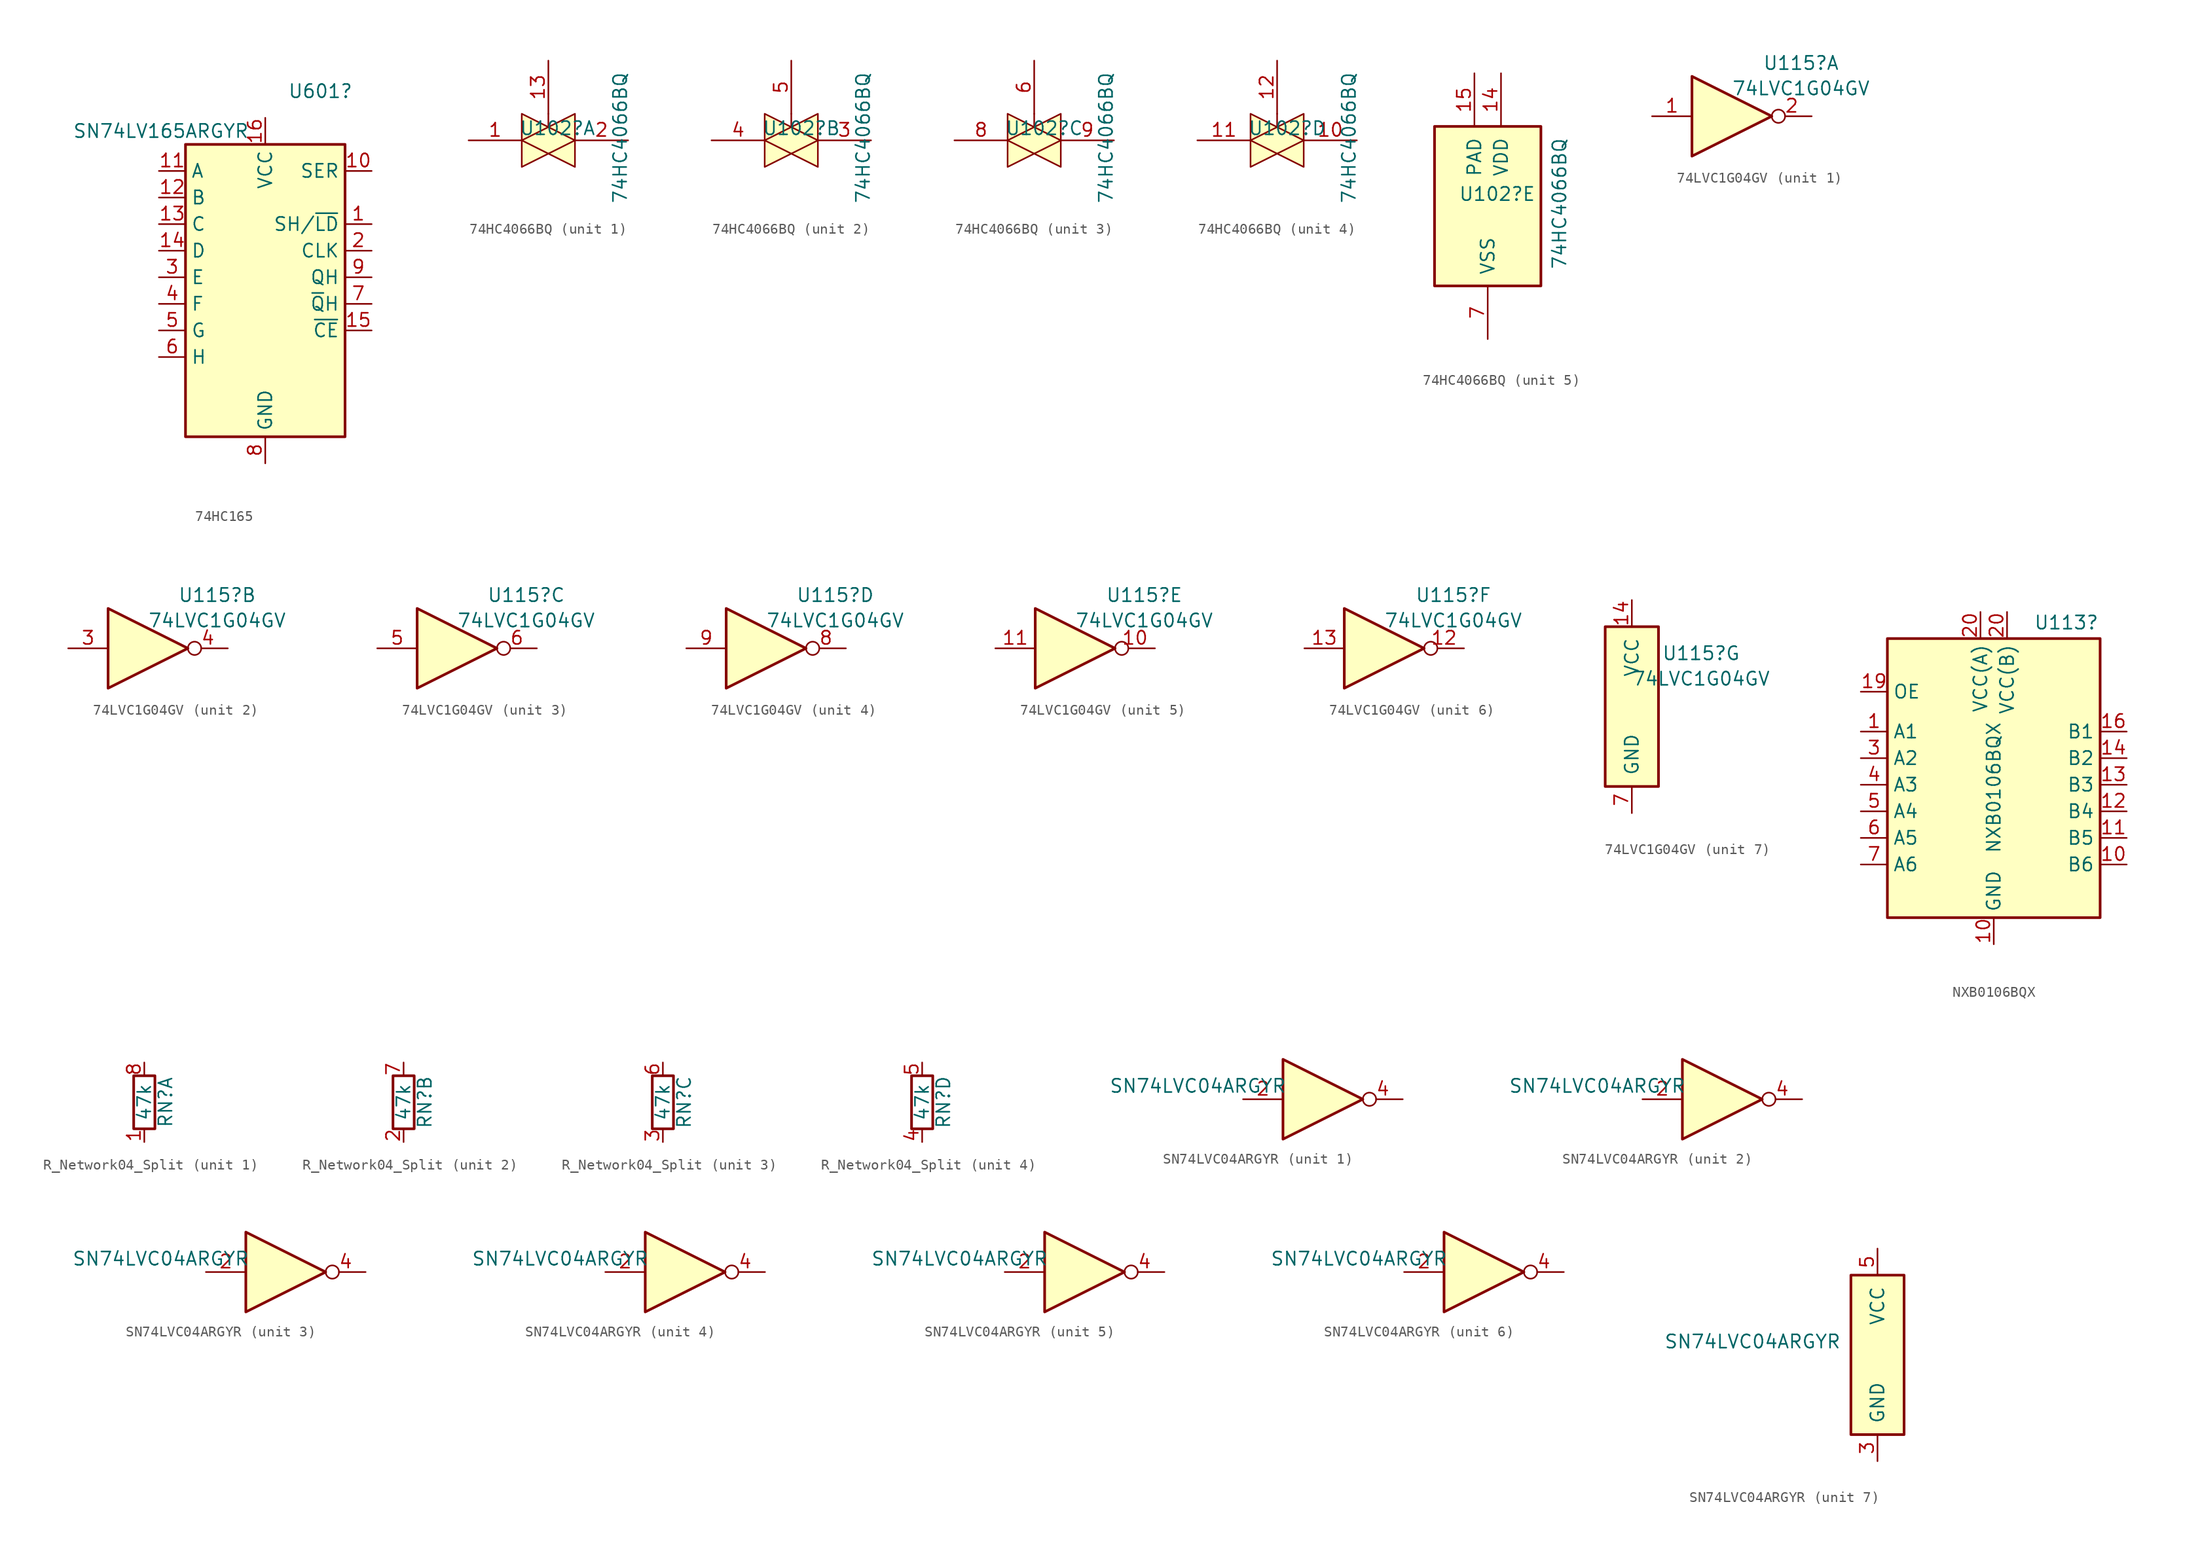
<source format=kicad_sym>
(kicad_symbol_lib
  (version 20241209)
  (generator "kicad_symbol_editor")
  (generator_version "9.0")
  (symbol "74HC165"
    (property "Reference" "U601"
      (at 2.143 22.86 0)
      (effects (font (size 1.27 1.27)) (justify left)))
    (property "Value" "SN74LV165ARGYR"
      (at -1.524 19.05 0)
      (effects (font (size 1.27 1.27)) (justify right)))
    (symbol "74HC165_1_0"
      (pin input line (at -10.16 15.24 0) (length 2.54) (name "A" (effects (font (size 1.27 1.27)))) (number "11" (effects (font (size 1.27 1.27)))))
      (pin input line (at -10.16 12.7 0) (length 2.54) (name "B" (effects (font (size 1.27 1.27)))) (number "12" (effects (font (size 1.27 1.27)))))
      (pin input line (at -10.16 10.16 0) (length 2.54) (name "C" (effects (font (size 1.27 1.27)))) (number "13" (effects (font (size 1.27 1.27)))))
      (pin input line (at -10.16 7.62 0) (length 2.54) (name "D" (effects (font (size 1.27 1.27)))) (number "14" (effects (font (size 1.27 1.27)))))
      (pin input line (at -10.16 5.08 0) (length 2.54) (name "E" (effects (font (size 1.27 1.27)))) (number "3" (effects (font (size 1.27 1.27)))))
      (pin input line (at -10.16 2.54 0) (length 2.54) (name "F" (effects (font (size 1.27 1.27)))) (number "4" (effects (font (size 1.27 1.27)))))
      (pin input line (at -10.16 0 0) (length 2.54) (name "G" (effects (font (size 1.27 1.27)))) (number "5" (effects (font (size 1.27 1.27)))))
      (pin input line (at -10.16 -2.54 0) (length 2.54) (name "H" (effects (font (size 1.27 1.27)))) (number "6" (effects (font (size 1.27 1.27)))))
      (pin power_in line (at 0 20.32 270) (length 2.54) (name "VCC" (effects (font (size 1.27 1.27)))) (number "16" (effects (font (size 1.27 1.27)))))
      (pin power_in line (at 0 -12.7 90) (length 2.54) (name "GND" (effects (font (size 1.27 1.27)))) (number "8" (effects (font (size 1.27 1.27)))))
      (pin input line (at 10.16 15.24 180) (length 2.54) (name "SER" (effects (font (size 1.27 1.27)))) (number "10" (effects (font (size 1.27 1.27)))))
      (pin input line (at 10.16 10.16 180) (length 2.54) (name "SH/~{LD}" (effects (font (size 1.27 1.27)))) (number "1" (effects (font (size 1.27 1.27)))))
      (pin input line (at 10.16 7.62 180) (length 2.54) (name "CLK" (effects (font (size 1.27 1.27)))) (number "2" (effects (font (size 1.27 1.27)))))
      (pin output line (at 10.16 5.08 180) (length 2.54) (name "QH" (effects (font (size 1.27 1.27)))) (number "9" (effects (font (size 1.27 1.27)))))
      (pin output line (at 10.16 2.54 180) (length 2.54) (name "~{Q}H" (effects (font (size 1.27 1.27)))) (number "7" (effects (font (size 1.27 1.27)))))
      (pin input line (at 10.16 0 180) (length 2.54) (name "~{CE}" (effects (font (size 1.27 1.27)))) (number "15" (effects (font (size 1.27 1.27))))))
    (symbol "74HC165_1_1"
      (rectangle (start -7.62 17.78) (end 7.62 -10.16) (stroke (width 0.254) (type default)) (fill (type background)))))
  (symbol "74HC4066BQ"
    (pin_names
      (offset 1.016))
    (property "Reference" "U102"
      (at -2.794 1.154 0)
      (effects (font (size 1.27 1.27)) (justify left)))
    (property "Value" "74HC4066BQ"
      (at 6.858 -6.096 90)
      (effects (font (size 1.27 1.27)) (justify left)))
    (property "ki_locked" ""
      (at 0 0 0)
      (effects (font (size 1.27 1.27))))
    (symbol "74HC4066BQ_1_0"
      (polyline (pts (xy -2.54 2.54) (xy 2.54 0) (xy -2.54 -2.54) (xy -2.54 2.54)) (stroke (width 0) (type default)) (fill (type background)))
      (polyline (pts (xy -2.54 0) (xy 2.54 2.54) (xy 2.54 -2.54) (xy -2.54 0)) (stroke (width 0) (type default)) (fill (type background)))
      (polyline (pts (xy 0 1.27) (xy 0 2.54)) (stroke (width 0.152) (type default)) (fill (type none)))
      (pin passive line (at -7.62 0 0) (length 5.08) (name "~" (effects (font (size 1.27 1.27)))) (number "1" (effects (font (size 1.27 1.27)))))
      (pin input line (at 0 7.62 270) (length 5.08) (name "~" (effects (font (size 1.27 1.27)))) (number "13" (effects (font (size 1.27 1.27)))))
      (pin passive line (at 7.62 0 180) (length 5.08) (name "~" (effects (font (size 1.27 1.27)))) (number "2" (effects (font (size 1.27 1.27))))))
    (symbol "74HC4066BQ_2_0"
      (polyline (pts (xy -2.54 2.54) (xy 2.54 0) (xy -2.54 -2.54) (xy -2.54 2.54)) (stroke (width 0) (type default)) (fill (type background)))
      (polyline (pts (xy -2.54 0) (xy 2.54 2.54) (xy 2.54 -2.54) (xy -2.54 0)) (stroke (width 0) (type default)) (fill (type background)))
      (polyline (pts (xy 0 1.27) (xy 0 2.54)) (stroke (width 0.152) (type default)) (fill (type none)))
      (pin passive line (at -7.62 0 0) (length 5.08) (name "~" (effects (font (size 1.27 1.27)))) (number "4" (effects (font (size 1.27 1.27)))))
      (pin input line (at 0 7.62 270) (length 5.08) (name "~" (effects (font (size 1.27 1.27)))) (number "5" (effects (font (size 1.27 1.27)))))
      (pin passive line (at 7.62 0 180) (length 5.08) (name "~" (effects (font (size 1.27 1.27)))) (number "3" (effects (font (size 1.27 1.27))))))
    (symbol "74HC4066BQ_3_0"
      (polyline (pts (xy -2.54 2.54) (xy 2.54 0) (xy -2.54 -2.54) (xy -2.54 2.54)) (stroke (width 0) (type default)) (fill (type background)))
      (polyline (pts (xy -2.54 0) (xy 2.54 2.54) (xy 2.54 -2.54) (xy -2.54 0)) (stroke (width 0) (type default)) (fill (type background)))
      (polyline (pts (xy 0 1.27) (xy 0 2.54)) (stroke (width 0.152) (type default)) (fill (type none)))
      (pin passive line (at -7.62 0 0) (length 5.08) (name "~" (effects (font (size 1.27 1.27)))) (number "8" (effects (font (size 1.27 1.27)))))
      (pin input line (at 0 7.62 270) (length 5.08) (name "~" (effects (font (size 1.27 1.27)))) (number "6" (effects (font (size 1.27 1.27)))))
      (pin passive line (at 7.62 0 180) (length 5.08) (name "~" (effects (font (size 1.27 1.27)))) (number "9" (effects (font (size 1.27 1.27))))))
    (symbol "74HC4066BQ_4_0"
      (polyline (pts (xy -2.54 2.54) (xy 2.54 0) (xy -2.54 -2.54) (xy -2.54 2.54)) (stroke (width 0) (type default)) (fill (type background)))
      (polyline (pts (xy -2.54 0) (xy 2.54 2.54) (xy 2.54 -2.54) (xy -2.54 0)) (stroke (width 0) (type default)) (fill (type background)))
      (polyline (pts (xy 0 1.27) (xy 0 2.54)) (stroke (width 0.152) (type default)) (fill (type none)))
      (pin passive line (at -7.62 0 0) (length 5.08) (name "~" (effects (font (size 1.27 1.27)))) (number "11" (effects (font (size 1.27 1.27)))))
      (pin input line (at 0 7.62 270) (length 5.08) (name "~" (effects (font (size 1.27 1.27)))) (number "12" (effects (font (size 1.27 1.27)))))
      (pin passive line (at 7.62 0 180) (length 5.08) (name "~" (effects (font (size 1.27 1.27)))) (number "10" (effects (font (size 1.27 1.27))))))
    (symbol "74HC4066BQ_5_0"
      (pin power_in line (at -1.27 12.7 270) (length 5.08) (name "PAD" (effects (font (size 1.27 1.27)))) (number "15" (effects (font (size 1.27 1.27)))))
      (pin power_in line (at 0 -12.7 90) (length 5.08) (name "VSS" (effects (font (size 1.27 1.27)))) (number "7" (effects (font (size 1.27 1.27)))))
      (pin power_in line (at 1.27 12.7 270) (length 5.08) (name "VDD" (effects (font (size 1.27 1.27)))) (number "14" (effects (font (size 1.27 1.27))))))
    (symbol "74HC4066BQ_5_1"
      (rectangle (start -5.08 7.62) (end 5.08 -7.62) (stroke (width 0.254) (type default)) (fill (type background)))))
  (symbol "74LVC1G04GV"
    (pin_names
      (offset 1.016))
    (property "Reference" "U115"
      (at 6.604 5.08 0)
      (effects (font (size 1.27 1.27))))
    (property "Value" "74LVC1G04GV"
      (at 6.604 2.656 0)
      (effects (font (size 1.27 1.27))))
    (property "ki_locked" ""
      (at 0 0 0)
      (effects (font (size 1.27 1.27))))
    (symbol "74LVC1G04GV_1_0"
      (polyline (pts (xy -3.81 3.81) (xy -3.81 -3.81) (xy 3.81 0) (xy -3.81 3.81)) (stroke (width 0.254) (type default)) (fill (type background)))
      (pin input line (at -7.62 0 0) (length 3.81) (name "~" (effects (font (size 1.27 1.27)))) (number "1" (effects (font (size 1.27 1.27)))))
      (pin output inverted (at 7.62 0 180) (length 3.81) (name "~" (effects (font (size 1.27 1.27)))) (number "2" (effects (font (size 1.27 1.27))))))
    (symbol "74LVC1G04GV_2_0"
      (polyline (pts (xy -3.81 3.81) (xy -3.81 -3.81) (xy 3.81 0) (xy -3.81 3.81)) (stroke (width 0.254) (type default)) (fill (type background)))
      (pin input line (at -7.62 0 0) (length 3.81) (name "~" (effects (font (size 1.27 1.27)))) (number "3" (effects (font (size 1.27 1.27)))))
      (pin output inverted (at 7.62 0 180) (length 3.81) (name "~" (effects (font (size 1.27 1.27)))) (number "4" (effects (font (size 1.27 1.27))))))
    (symbol "74LVC1G04GV_3_0"
      (polyline (pts (xy -3.81 3.81) (xy -3.81 -3.81) (xy 3.81 0) (xy -3.81 3.81)) (stroke (width 0.254) (type default)) (fill (type background)))
      (pin input line (at -7.62 0 0) (length 3.81) (name "~" (effects (font (size 1.27 1.27)))) (number "5" (effects (font (size 1.27 1.27)))))
      (pin output inverted (at 7.62 0 180) (length 3.81) (name "~" (effects (font (size 1.27 1.27)))) (number "6" (effects (font (size 1.27 1.27))))))
    (symbol "74LVC1G04GV_4_0"
      (polyline (pts (xy -3.81 3.81) (xy -3.81 -3.81) (xy 3.81 0) (xy -3.81 3.81)) (stroke (width 0.254) (type default)) (fill (type background)))
      (pin input line (at -7.62 0 0) (length 3.81) (name "~" (effects (font (size 1.27 1.27)))) (number "9" (effects (font (size 1.27 1.27)))))
      (pin output inverted (at 7.62 0 180) (length 3.81) (name "~" (effects (font (size 1.27 1.27)))) (number "8" (effects (font (size 1.27 1.27))))))
    (symbol "74LVC1G04GV_5_0"
      (polyline (pts (xy -3.81 3.81) (xy -3.81 -3.81) (xy 3.81 0) (xy -3.81 3.81)) (stroke (width 0.254) (type default)) (fill (type background)))
      (pin input line (at -7.62 0 0) (length 3.81) (name "~" (effects (font (size 1.27 1.27)))) (number "11" (effects (font (size 1.27 1.27)))))
      (pin output inverted (at 7.62 0 180) (length 3.81) (name "~" (effects (font (size 1.27 1.27)))) (number "10" (effects (font (size 1.27 1.27))))))
    (symbol "74LVC1G04GV_6_0"
      (polyline (pts (xy -3.81 3.81) (xy -3.81 -3.81) (xy 3.81 0) (xy -3.81 3.81)) (stroke (width 0.254) (type default)) (fill (type background)))
      (pin input line (at -7.62 0 0) (length 3.81) (name "~" (effects (font (size 1.27 1.27)))) (number "13" (effects (font (size 1.27 1.27)))))
      (pin output inverted (at 7.62 0 180) (length 3.81) (name "~" (effects (font (size 1.27 1.27)))) (number "12" (effects (font (size 1.27 1.27))))))
    (symbol "74LVC1G04GV_7_0"
      (pin power_in line (at 0 10.16 270) (length 2.54) (name "VCC" (effects (font (size 1.27 1.27)))) (number "14" (effects (font (size 1.27 1.27)))))
      (pin power_in line (at 0 -10.16 90) (length 2.54) (name "GND" (effects (font (size 1.27 1.27)))) (number "7" (effects (font (size 1.27 1.27))))))
    (symbol "74LVC1G04GV_7_1"
      (rectangle (start -2.54 7.62) (end 2.54 -7.62) (stroke (width 0.254) (type default)) (fill (type background)))))
  (symbol "NXB0106BQX"
    (property "Reference" "U113"
      (at 3.81 16.764 0)
      (effects (font (size 1.27 1.27)) (justify left)))
    (property "Value" "NXB0106BQX"
      (at 0 -5.334 90)
      (effects (font (size 1.27 1.27)) (justify left)))
    (symbol "NXB0106BQX_0_1"
      (rectangle (start -10.16 15.24) (end 10.16 -11.43) (stroke (width 0.254) (type default)) (fill (type background))))
    (symbol "NXB0106BQX_1_1"
      (pin input line (at -12.7 10.16 0) (length 2.54) (name "OE" (effects (font (size 1.27 1.27)))) (number "19" (effects (font (size 1.27 1.27)))))
      (pin bidirectional line (at -12.7 6.35 0) (length 2.54) (name "A1" (effects (font (size 1.27 1.27)))) (number "1" (effects (font (size 1.27 1.27)))))
      (pin bidirectional line (at -12.7 3.81 0) (length 2.54) (name "A2" (effects (font (size 1.27 1.27)))) (number "3" (effects (font (size 1.27 1.27)))))
      (pin bidirectional line (at -12.7 1.27 0) (length 2.54) (name "A3" (effects (font (size 1.27 1.27)))) (number "4" (effects (font (size 1.27 1.27)))))
      (pin bidirectional line (at -12.7 -1.27 0) (length 2.54) (name "A4" (effects (font (size 1.27 1.27)))) (number "5" (effects (font (size 1.27 1.27)))))
      (pin bidirectional line (at -12.7 -3.81 0) (length 2.54) (name "A5" (effects (font (size 1.27 1.27)))) (number "6" (effects (font (size 1.27 1.27)))))
      (pin bidirectional line (at -12.7 -6.35 0) (length 2.54) (name "A6" (effects (font (size 1.27 1.27)))) (number "7" (effects (font (size 1.27 1.27)))))
      (pin power_in line (at -1.27 17.78 270) (length 2.54) (name "VCC(A)" (effects (font (size 1.27 1.27)))) (number "20" (effects (font (size 1.27 1.27)))))
      (pin power_in line (at 0 -13.97 90) (length 2.54) (name "GND" (effects (font (size 1.27 1.27)))) (number "10" (effects (font (size 1.27 1.27)))))
      (pin power_in line (at 1.27 17.78 270) (length 2.54) (name "VCC(B)" (effects (font (size 1.27 1.27)))) (number "20" (effects (font (size 1.27 1.27)))))
      (pin bidirectional line (at 12.7 6.35 180) (length 2.54) (name "B1" (effects (font (size 1.27 1.27)))) (number "16" (effects (font (size 1.27 1.27)))))
      (pin bidirectional line (at 12.7 3.81 180) (length 2.54) (name "B2" (effects (font (size 1.27 1.27)))) (number "14" (effects (font (size 1.27 1.27)))))
      (pin bidirectional line (at 12.7 1.27 180) (length 2.54) (name "B3" (effects (font (size 1.27 1.27)))) (number "13" (effects (font (size 1.27 1.27)))))
      (pin bidirectional line (at 12.7 -1.27 180) (length 2.54) (name "B4" (effects (font (size 1.27 1.27)))) (number "12" (effects (font (size 1.27 1.27)))))
      (pin bidirectional line (at 12.7 -3.81 180) (length 2.54) (name "B5" (effects (font (size 1.27 1.27)))) (number "11" (effects (font (size 1.27 1.27)))))
      (pin bidirectional line (at 12.7 -6.35 180) (length 2.54) (name "B6" (effects (font (size 1.27 1.27)))) (number "10" (effects (font (size 1.27 1.27)))))))
  (symbol "R_Network04_Split"
    (pin_names
      (offset 0)
      (hide yes))
    (property "Reference" "RN"
      (at 2.032 0 90)
      (effects (font (size 1.27 1.27))))
    (property "Value" "47k"
      (at 0 0 90)
      (effects (font (size 1.27 1.27))))
    (symbol "R_Network04_Split_0_1"
      (rectangle (start 1.016 2.54) (end -1.016 -2.54) (stroke (width 0.254) (type default)) (fill (type none))))
    (symbol "R_Network04_Split_1_1"
      (pin passive line (at 0 3.81 270) (length 1.27) (name "8" (effects (font (size 1.27 1.27)))) (number "8" (effects (font (size 1.27 1.27)))))
      (pin passive line (at 0 -3.81 90) (length 1.27) (name "4" (effects (font (size 1.27 1.27)))) (number "1" (effects (font (size 1.27 1.27))))))
    (symbol "R_Network04_Split_2_1"
      (pin passive line (at 0 3.81 270) (length 1.27) (name "5" (effects (font (size 1.27 1.27)))) (number "7" (effects (font (size 1.27 1.27)))))
      (pin passive line (at 0 -3.81 90) (length 1.27) (name "2" (effects (font (size 1.27 1.27)))) (number "2" (effects (font (size 1.27 1.27))))))
    (symbol "R_Network04_Split_3_1"
      (pin passive line (at 0 3.81 270) (length 1.27) (name "6" (effects (font (size 1.27 1.27)))) (number "6" (effects (font (size 1.27 1.27)))))
      (pin passive line (at 0 -3.81 90) (length 1.27) (name "3" (effects (font (size 1.27 1.27)))) (number "3" (effects (font (size 1.27 1.27))))))
    (symbol "R_Network04_Split_4_1"
      (pin passive line (at 0 3.81 270) (length 1.27) (name "5" (effects (font (size 1.27 1.27)))) (number "5" (effects (font (size 1.27 1.27)))))
      (pin passive line (at 0 -3.81 90) (length 1.27) (name "4" (effects (font (size 1.27 1.27)))) (number "4" (effects (font (size 1.27 1.27)))))))
  (symbol "SN74LVC04ARGYR"
    (pin_names
      (offset 1.016))
    (property "Reference" "U105"
      (at -1.778 0 0)
      (effects (font (size 1.27 1.27)) (hide yes)))
    (property "Value" "SN74LVC04ARGYR"
      (at -11.938 1.27 0)
      (effects (font (size 1.27 1.27))))
    (property "ki_locked" ""
      (at 0 0 0)
      (effects (font (size 1.27 1.27))))
    (symbol "SN74LVC04ARGYR_1_0"
      (polyline (pts (xy -3.81 3.81) (xy -3.81 -3.81) (xy 3.81 0) (xy -3.81 3.81)) (stroke (width 0.254) (type default)) (fill (type background)))
      (pin input line (at -7.62 0 0) (length 3.81) (name "~" (effects (font (size 1.27 1.27)))) (number "2" (effects (font (size 1.27 1.27)))))
      (pin no_connect line (at -7.62 -3.81 0) (length 3.81) (hide yes) (name "NC" (effects (font (size 1.27 1.27)))) (number "1" (effects (font (size 1.27 1.27)))))
      (pin output inverted (at 7.62 0 180) (length 3.81) (name "~" (effects (font (size 1.27 1.27)))) (number "4" (effects (font (size 1.27 1.27))))))
    (symbol "SN74LVC04ARGYR_2_0"
      (polyline (pts (xy -3.81 3.81) (xy -3.81 -3.81) (xy 3.81 0) (xy -3.81 3.81)) (stroke (width 0.254) (type default)) (fill (type background)))
      (pin input line (at -7.62 0 0) (length 3.81) (name "~" (effects (font (size 1.27 1.27)))) (number "2" (effects (font (size 1.27 1.27)))))
      (pin no_connect line (at -7.62 -3.81 0) (length 3.81) (hide yes) (name "NC" (effects (font (size 1.27 1.27)))) (number "1" (effects (font (size 1.27 1.27)))))
      (pin output inverted (at 7.62 0 180) (length 3.81) (name "~" (effects (font (size 1.27 1.27)))) (number "4" (effects (font (size 1.27 1.27))))))
    (symbol "SN74LVC04ARGYR_3_0"
      (polyline (pts (xy -3.81 3.81) (xy -3.81 -3.81) (xy 3.81 0) (xy -3.81 3.81)) (stroke (width 0.254) (type default)) (fill (type background)))
      (pin input line (at -7.62 0 0) (length 3.81) (name "~" (effects (font (size 1.27 1.27)))) (number "2" (effects (font (size 1.27 1.27)))))
      (pin no_connect line (at -7.62 -3.81 0) (length 3.81) (hide yes) (name "NC" (effects (font (size 1.27 1.27)))) (number "1" (effects (font (size 1.27 1.27)))))
      (pin output inverted (at 7.62 0 180) (length 3.81) (name "~" (effects (font (size 1.27 1.27)))) (number "4" (effects (font (size 1.27 1.27))))))
    (symbol "SN74LVC04ARGYR_4_0"
      (polyline (pts (xy -3.81 3.81) (xy -3.81 -3.81) (xy 3.81 0) (xy -3.81 3.81)) (stroke (width 0.254) (type default)) (fill (type background)))
      (pin input line (at -7.62 0 0) (length 3.81) (name "~" (effects (font (size 1.27 1.27)))) (number "2" (effects (font (size 1.27 1.27)))))
      (pin no_connect line (at -7.62 -3.81 0) (length 3.81) (hide yes) (name "NC" (effects (font (size 1.27 1.27)))) (number "1" (effects (font (size 1.27 1.27)))))
      (pin output inverted (at 7.62 0 180) (length 3.81) (name "~" (effects (font (size 1.27 1.27)))) (number "4" (effects (font (size 1.27 1.27))))))
    (symbol "SN74LVC04ARGYR_5_0"
      (polyline (pts (xy -3.81 3.81) (xy -3.81 -3.81) (xy 3.81 0) (xy -3.81 3.81)) (stroke (width 0.254) (type default)) (fill (type background)))
      (pin input line (at -7.62 0 0) (length 3.81) (name "~" (effects (font (size 1.27 1.27)))) (number "2" (effects (font (size 1.27 1.27)))))
      (pin no_connect line (at -7.62 -3.81 0) (length 3.81) (hide yes) (name "NC" (effects (font (size 1.27 1.27)))) (number "1" (effects (font (size 1.27 1.27)))))
      (pin output inverted (at 7.62 0 180) (length 3.81) (name "~" (effects (font (size 1.27 1.27)))) (number "4" (effects (font (size 1.27 1.27))))))
    (symbol "SN74LVC04ARGYR_6_0"
      (polyline (pts (xy -3.81 3.81) (xy -3.81 -3.81) (xy 3.81 0) (xy -3.81 3.81)) (stroke (width 0.254) (type default)) (fill (type background)))
      (pin input line (at -7.62 0 0) (length 3.81) (name "~" (effects (font (size 1.27 1.27)))) (number "2" (effects (font (size 1.27 1.27)))))
      (pin no_connect line (at -7.62 -3.81 0) (length 3.81) (hide yes) (name "NC" (effects (font (size 1.27 1.27)))) (number "1" (effects (font (size 1.27 1.27)))))
      (pin output inverted (at 7.62 0 180) (length 3.81) (name "~" (effects (font (size 1.27 1.27)))) (number "4" (effects (font (size 1.27 1.27))))))
    (symbol "SN74LVC04ARGYR_7_0"
      (pin power_in line (at 0 10.16 270) (length 2.54) (name "VCC" (effects (font (size 1.27 1.27)))) (number "5" (effects (font (size 1.27 1.27)))))
      (pin power_in line (at 0 -10.16 90) (length 2.54) (name "GND" (effects (font (size 1.27 1.27)))) (number "3" (effects (font (size 1.27 1.27))))))
    (symbol "SN74LVC04ARGYR_7_1"
      (rectangle (start -2.54 7.62) (end 2.54 -7.62) (stroke (width 0.254) (type default)) (fill (type background))))))
</source>
